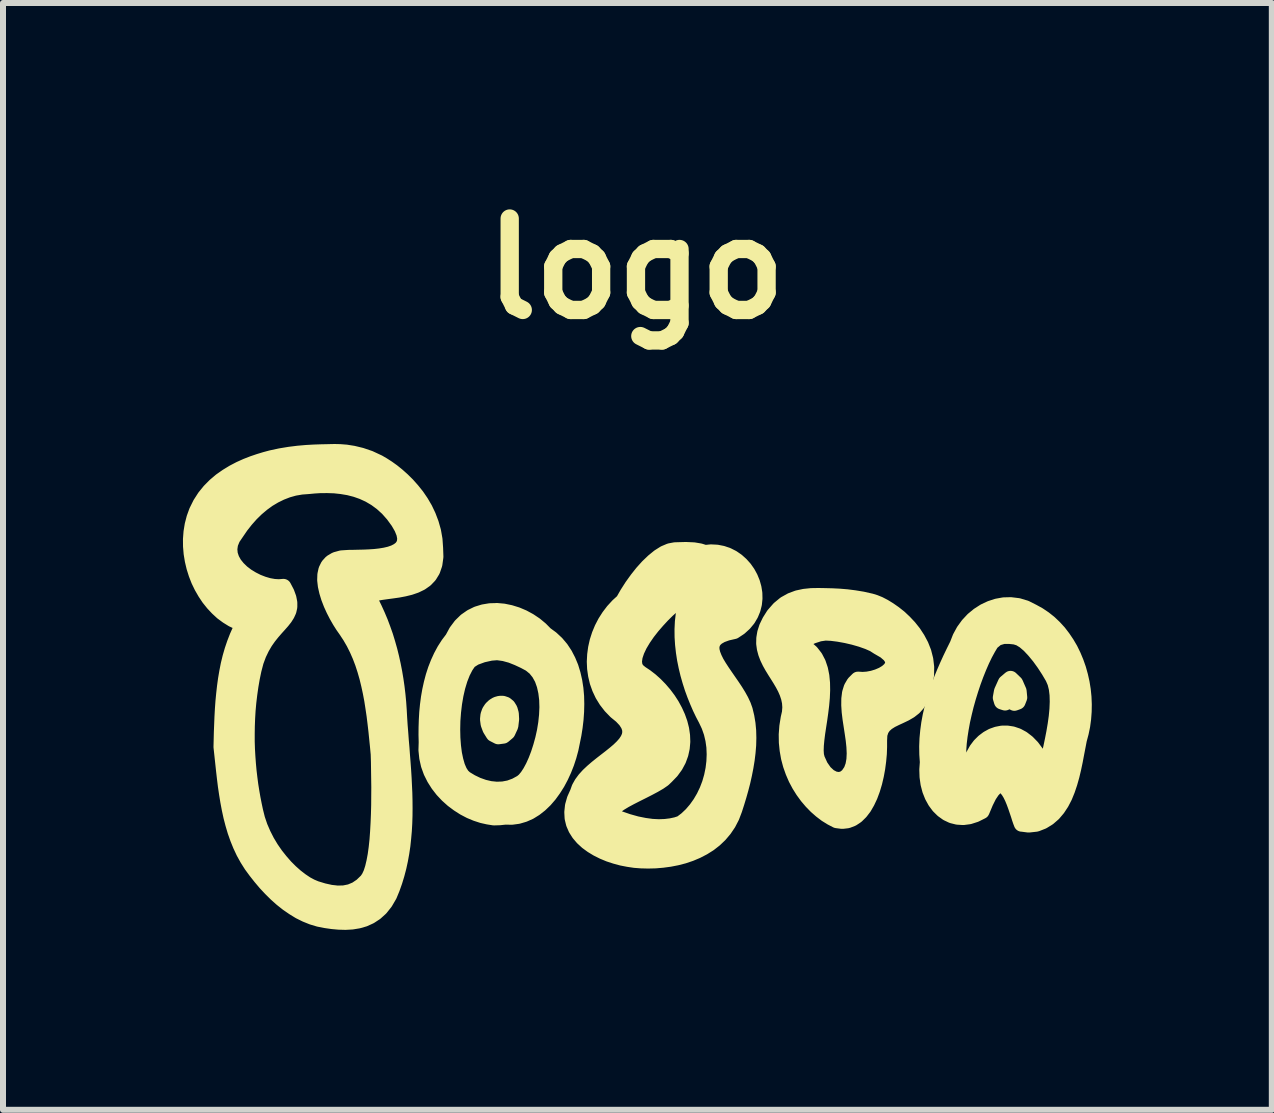
<source format=kicad_pcb>
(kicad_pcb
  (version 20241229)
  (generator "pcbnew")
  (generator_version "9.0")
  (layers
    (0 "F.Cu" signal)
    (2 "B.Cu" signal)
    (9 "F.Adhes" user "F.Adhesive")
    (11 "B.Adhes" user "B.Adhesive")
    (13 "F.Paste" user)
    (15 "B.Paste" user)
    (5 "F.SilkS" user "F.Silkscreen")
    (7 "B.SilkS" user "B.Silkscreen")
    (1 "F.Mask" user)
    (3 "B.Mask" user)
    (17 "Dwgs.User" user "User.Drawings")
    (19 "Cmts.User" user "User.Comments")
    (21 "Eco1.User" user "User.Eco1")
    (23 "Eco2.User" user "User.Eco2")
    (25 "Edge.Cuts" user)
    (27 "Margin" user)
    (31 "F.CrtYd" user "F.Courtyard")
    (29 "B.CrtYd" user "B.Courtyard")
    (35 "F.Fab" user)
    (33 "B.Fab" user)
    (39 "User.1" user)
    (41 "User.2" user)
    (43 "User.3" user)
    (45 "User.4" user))
  (footprint "logo"
    (layer "F.Cu")
    (at 7.55 8.413)
    (property "Reference" "logo" (at 0 -6.986 0) (layer "F.SilkS") (effects (font (size 1.524 1.524) (thickness 0.305))))
    (attr smd)
    (fp_poly (pts (xy 6.322 -0.073) (xy 6.379 0.057) (xy 6.389 0.163) (xy 6.362 0.232) (xy 6.307 0.252) (xy 6.233 0.211) (xy 6.152 0.247) (xy 6.099 0.23) (xy 6.08 0.166) (xy 6.099 0.061) (xy 6.163 -0.081) (xy 6.243 -0.149) (xy 6.322 -0.073)) (stroke (width 0.265) (type solid)) (fill yes) (layer "F.SilkS"))
    (fp_poly (pts (xy -2.373 0.77) (xy -2.427 0.683) (xy -2.457 0.602) (xy -2.467 0.526) (xy -2.46 0.458) (xy -2.439 0.398) (xy -2.406 0.348) (xy -2.365 0.309) (xy -2.319 0.281) (xy -2.269 0.267) (xy -2.22 0.267) (xy -2.175 0.282) (xy -2.135 0.315) (xy -2.104 0.365) (xy -2.085 0.434) (xy -2.08 0.524) (xy -2.093 0.635) (xy -2.141 0.739) (xy -2.212 0.799) (xy -2.295 0.81) (xy -2.373 0.77)) (stroke (width 0.265) (type solid)) (fill yes) (layer "F.SilkS"))
    (fp_poly (pts (xy -2.321 -1.279) (xy -2.312 -0.592) (xy -2.196 -0.576) (xy -2.079 -0.544) (xy -1.966 -0.499) (xy -1.859 -0.449) (xy -1.762 -0.397) (xy -1.679 -0.33) (xy -1.613 -0.248) (xy -1.56 -0.152) (xy -1.522 -0.045) (xy -1.496 0.072) (xy -1.481 0.196) (xy -1.477 0.325) (xy -1.483 0.458) (xy -1.497 0.592) (xy -1.519 0.726) (xy -1.548 0.857) (xy -1.583 0.984) (xy -1.622 1.105) (xy -1.665 1.217) (xy -1.711 1.319) (xy -1.759 1.408) (xy -1.808 1.483) (xy -1.857 1.542) (xy -1.905 1.582) (xy -2.006 1.637) (xy -2.11 1.675) (xy -2.216 1.695) (xy -2.323 1.699) (xy -2.431 1.688) (xy -2.538 1.663) (xy -2.645 1.625) (xy -2.749 1.575) (xy -2.85 1.514) (xy -2.9 1.467) (xy -2.943 1.4) (xy -2.98 1.314) (xy -3.009 1.212) (xy -3.033 1.097) (xy -3.049 0.971) (xy -3.059 0.836) (xy -3.062 0.695) (xy -3.059 0.55) (xy -3.048 0.404) (xy -3.031 0.259) (xy -3.007 0.118) (xy -2.976 -0.017) (xy -2.938 -0.143) (xy -2.893 -0.258) (xy -2.841 -0.359) (xy -2.782 -0.445) (xy -2.688 -0.505) (xy -2.557 -0.553) (xy -2.422 -0.583) (xy -2.312 -0.592) (xy -2.312 -0.592) (xy -2.321 -1.279) (xy -2.431 -1.276) (xy -2.539 -1.258) (xy -2.643 -1.226) (xy -2.741 -1.178) (xy -2.833 -1.114) (xy -2.917 -1.032) (xy -2.991 -0.933) (xy -3.055 -0.815) (xy -3.126 -0.721) (xy -3.189 -0.623) (xy -3.245 -0.519) (xy -3.294 -0.412) (xy -3.337 -0.302) (xy -3.374 -0.188) (xy -3.405 -0.071) (xy -3.431 0.048) (xy -3.452 0.168) (xy -3.468 0.291) (xy -3.48 0.414) (xy -3.487 0.538) (xy -3.491 0.662) (xy -3.492 0.786) (xy -3.489 0.909) (xy -3.493 1.039) (xy -3.48 1.164) (xy -3.453 1.284) (xy -3.412 1.398) (xy -3.358 1.506) (xy -3.294 1.607) (xy -3.221 1.701) (xy -3.14 1.787) (xy -3.052 1.866) (xy -2.958 1.936) (xy -2.861 1.998) (xy -2.762 2.05) (xy -2.661 2.092) (xy -2.56 2.125) (xy -2.462 2.147) (xy -2.368 2.162) (xy -2.273 2.159) (xy -2.179 2.149) (xy -2.071 2.151) (xy -1.968 2.137) (xy -1.869 2.108) (xy -1.774 2.066) (xy -1.684 2.01) (xy -1.6 1.944) (xy -1.52 1.867) (xy -1.445 1.78) (xy -1.377 1.686) (xy -1.313 1.585) (xy -1.256 1.478) (xy -1.205 1.367) (xy -1.16 1.253) (xy -1.122 1.137) (xy -1.09 1.019) (xy -1.066 0.902) (xy -1.041 0.779) (xy -1.021 0.653) (xy -1.006 0.526) (xy -0.997 0.398) (xy -0.994 0.27) (xy -0.997 0.143) (xy -1.008 0.018) (xy -1.027 -0.105) (xy -1.054 -0.224) (xy -1.089 -0.339) (xy -1.134 -0.448) (xy -1.188 -0.552) (xy -1.252 -0.649) (xy -1.327 -0.738) (xy -1.414 -0.819) (xy -1.511 -0.89) (xy -1.593 -0.973) (xy -1.682 -1.047) (xy -1.779 -1.112) (xy -1.882 -1.168) (xy -1.988 -1.213) (xy -2.098 -1.247) (xy -2.209 -1.27) (xy -2.321 -1.28) (xy -2.321 -1.279)) (stroke (width 0.265) (type solid)) (fill yes) (layer "F.SilkS"))
    (fp_poly (pts (xy 3.04 -1.53) (xy 3.258 -0.914) (xy 3.376 -0.899) (xy 3.503 -0.876) (xy 3.632 -0.846) (xy 3.757 -0.81) (xy 3.87 -0.77) (xy 3.965 -0.728) (xy 4.035 -0.683) (xy 4.154 -0.614) (xy 4.233 -0.546) (xy 4.276 -0.48) (xy 4.288 -0.417) (xy 4.274 -0.358) (xy 4.236 -0.303) (xy 4.181 -0.255) (xy 4.111 -0.213) (xy 4.031 -0.179) (xy 3.946 -0.153) (xy 3.86 -0.137) (xy 3.777 -0.131) (xy 3.701 -0.136) (xy 3.638 -0.073) (xy 3.594 0.002) (xy 3.567 0.089) (xy 3.555 0.186) (xy 3.554 0.29) (xy 3.561 0.4) (xy 3.575 0.515) (xy 3.593 0.633) (xy 3.611 0.751) (xy 3.628 0.868) (xy 3.64 0.983) (xy 3.645 1.094) (xy 3.64 1.199) (xy 3.623 1.295) (xy 3.591 1.383) (xy 3.532 1.469) (xy 3.462 1.521) (xy 3.384 1.539) (xy 3.302 1.526) (xy 3.22 1.483) (xy 3.142 1.411) (xy 3.073 1.312) (xy 3.017 1.189) (xy 3.001 1.125) (xy 2.996 1.048) (xy 2.999 0.96) (xy 3.008 0.863) (xy 3.021 0.758) (xy 3.038 0.646) (xy 3.056 0.529) (xy 3.073 0.408) (xy 3.088 0.286) (xy 3.099 0.163) (xy 3.104 0.041) (xy 3.102 -0.079) (xy 3.091 -0.194) (xy 3.069 -0.304) (xy 3.034 -0.408) (xy 2.985 -0.502) (xy 2.919 -0.587) (xy 2.836 -0.66) (xy 2.734 -0.72) (xy 2.755 -0.764) (xy 2.831 -0.816) (xy 2.938 -0.866) (xy 3.054 -0.904) (xy 3.156 -0.919) (xy 3.156 -0.919) (xy 3.258 -0.914) (xy 3.04 -1.53) (xy 2.923 -1.528) (xy 2.808 -1.516) (xy 2.696 -1.492) (xy 2.589 -1.452) (xy 2.485 -1.394) (xy 2.388 -1.314) (xy 2.297 -1.21) (xy 2.231 -1.105) (xy 2.183 -1.006) (xy 2.153 -0.913) (xy 2.138 -0.824) (xy 2.136 -0.738) (xy 2.147 -0.657) (xy 2.168 -0.578) (xy 2.197 -0.502) (xy 2.233 -0.427) (xy 2.274 -0.354) (xy 2.318 -0.282) (xy 2.363 -0.211) (xy 2.408 -0.139) (xy 2.451 -0.066) (xy 2.49 0.008) (xy 2.523 0.084) (xy 2.549 0.162) (xy 2.566 0.243) (xy 2.572 0.327) (xy 2.565 0.416) (xy 2.544 0.508) (xy 2.522 0.645) (xy 2.512 0.78) (xy 2.514 0.911) (xy 2.527 1.039) (xy 2.549 1.164) (xy 2.581 1.284) (xy 2.622 1.4) (xy 2.67 1.511) (xy 2.726 1.616) (xy 2.788 1.715) (xy 2.856 1.808) (xy 2.929 1.894) (xy 3.006 1.973) (xy 3.087 2.044) (xy 3.171 2.108) (xy 3.258 2.162) (xy 3.346 2.208) (xy 3.438 2.22) (xy 3.523 2.21) (xy 3.602 2.18) (xy 3.674 2.132) (xy 3.739 2.068) (xy 3.799 1.99) (xy 3.851 1.9) (xy 3.898 1.8) (xy 3.938 1.692) (xy 3.972 1.578) (xy 4 1.459) (xy 4.022 1.339) (xy 4.038 1.219) (xy 4.049 1.1) (xy 4.053 0.986) (xy 4.053 0.877) (xy 4.058 0.777) (xy 4.084 0.696) (xy 4.127 0.632) (xy 4.184 0.581) (xy 4.252 0.538) (xy 4.327 0.501) (xy 4.407 0.464) (xy 4.486 0.426) (xy 4.563 0.381) (xy 4.633 0.326) (xy 4.693 0.258) (xy 4.74 0.172) (xy 4.771 0.065) (xy 4.815 -0.076) (xy 4.836 -0.213) (xy 4.838 -0.344) (xy 4.823 -0.47) (xy 4.792 -0.591) (xy 4.747 -0.705) (xy 4.69 -0.812) (xy 4.624 -0.913) (xy 4.55 -1.006) (xy 4.47 -1.091) (xy 4.387 -1.169) (xy 4.301 -1.237) (xy 4.215 -1.297) (xy 4.132 -1.348) (xy 4.053 -1.389) (xy 3.979 -1.419) (xy 3.914 -1.439) (xy 3.772 -1.471) (xy 3.638 -1.493) (xy 3.512 -1.509) (xy 3.391 -1.519) (xy 3.274 -1.525) (xy 3.157 -1.528) (xy 3.04 -1.53) (xy 3.04 -1.53)) (stroke (width 0.265) (type solid)) (fill yes) (layer "F.SilkS"))
    (fp_poly (pts (xy 6.245 -1.377) (xy 6.395 -0.83) (xy 6.475 -0.781) (xy 6.558 -0.71) (xy 6.642 -0.62) (xy 6.726 -0.518) (xy 6.807 -0.406) (xy 6.883 -0.289) (xy 6.952 -0.172) (xy 6.989 -0.087) (xy 7.013 0.01) (xy 7.026 0.118) (xy 7.029 0.234) (xy 7.024 0.357) (xy 7.012 0.485) (xy 6.994 0.615) (xy 6.972 0.745) (xy 6.947 0.873) (xy 6.921 0.998) (xy 6.894 1.117) (xy 6.869 1.228) (xy 6.836 1.365) (xy 6.809 1.45) (xy 6.786 1.491) (xy 6.766 1.491) (xy 6.749 1.457) (xy 6.732 1.395) (xy 6.714 1.309) (xy 6.695 1.207) (xy 6.673 1.093) (xy 6.599 0.993) (xy 6.521 0.913) (xy 6.439 0.85) (xy 6.356 0.805) (xy 6.27 0.776) (xy 6.185 0.763) (xy 6.101 0.764) (xy 6.019 0.78) (xy 5.94 0.808) (xy 5.866 0.849) (xy 5.797 0.901) (xy 5.734 0.964) (xy 5.68 1.036) (xy 5.634 1.118) (xy 5.598 1.207) (xy 5.573 1.304) (xy 5.561 1.407) (xy 5.561 1.516) (xy 5.577 1.629) (xy 5.524 1.612) (xy 5.473 1.529) (xy 5.428 1.405) (xy 5.394 1.264) (xy 5.374 1.131) (xy 5.373 1.03) (xy 5.381 0.92) (xy 5.395 0.803) (xy 5.414 0.681) (xy 5.437 0.554) (xy 5.466 0.425) (xy 5.498 0.294) (xy 5.535 0.162) (xy 5.575 0.032) (xy 5.618 -0.097) (xy 5.664 -0.222) (xy 5.712 -0.342) (xy 5.762 -0.457) (xy 5.814 -0.565) (xy 5.868 -0.664) (xy 5.922 -0.754) (xy 6.015 -0.831) (xy 6.12 -0.862) (xy 6.225 -0.863) (xy 6.32 -0.853) (xy 6.32 -0.853) (xy 6.395 -0.83) (xy 6.245 -1.377) (xy 6.132 -1.374) (xy 6.021 -1.354) (xy 5.913 -1.319) (xy 5.809 -1.27) (xy 5.711 -1.207) (xy 5.62 -1.132) (xy 5.538 -1.044) (xy 5.466 -0.945) (xy 5.406 -0.835) (xy 5.359 -0.715) (xy 5.303 -0.602) (xy 5.248 -0.488) (xy 5.195 -0.372) (xy 5.144 -0.255) (xy 5.096 -0.138) (xy 5.051 -0.018) (xy 5.01 0.102) (xy 4.972 0.224) (xy 4.939 0.346) (xy 4.91 0.471) (xy 4.887 0.596) (xy 4.87 0.722) (xy 4.858 0.85) (xy 4.853 0.979) (xy 4.855 1.109) (xy 4.864 1.241) (xy 4.855 1.365) (xy 4.859 1.484) (xy 4.875 1.598) (xy 4.903 1.705) (xy 4.942 1.803) (xy 4.991 1.892) (xy 5.049 1.97) (xy 5.116 2.036) (xy 5.19 2.089) (xy 5.272 2.128) (xy 5.36 2.15) (xy 5.454 2.156) (xy 5.553 2.143) (xy 5.656 2.11) (xy 5.762 2.057) (xy 5.825 1.907) (xy 5.883 1.791) (xy 5.939 1.708) (xy 5.991 1.654) (xy 6.041 1.625) (xy 6.087 1.62) (xy 6.13 1.634) (xy 6.17 1.666) (xy 6.208 1.711) (xy 6.243 1.768) (xy 6.275 1.833) (xy 6.304 1.903) (xy 6.331 1.976) (xy 6.355 2.047) (xy 6.378 2.115) (xy 6.397 2.176) (xy 6.415 2.228) (xy 6.43 2.267) (xy 6.43 2.266) (xy 6.545 2.281) (xy 6.671 2.267) (xy 6.778 2.225) (xy 6.872 2.167) (xy 6.955 2.095) (xy 7.026 2.011) (xy 7.088 1.917) (xy 7.142 1.813) (xy 7.187 1.702) (xy 7.226 1.586) (xy 7.26 1.466) (xy 7.289 1.344) (xy 7.315 1.221) (xy 7.338 1.099) (xy 7.361 0.98) (xy 7.383 0.865) (xy 7.414 0.75) (xy 7.438 0.634) (xy 7.454 0.515) (xy 7.463 0.396) (xy 7.465 0.276) (xy 7.46 0.156) (xy 7.448 0.037) (xy 7.429 -0.081) (xy 7.403 -0.197) (xy 7.371 -0.312) (xy 7.332 -0.423) (xy 7.287 -0.531) (xy 7.236 -0.636) (xy 7.178 -0.735) (xy 7.114 -0.83) (xy 7.045 -0.92) (xy 6.969 -1.003) (xy 6.888 -1.08) (xy 6.801 -1.149) (xy 6.709 -1.211) (xy 6.611 -1.265) (xy 6.492 -1.325) (xy 6.369 -1.362) (xy 6.245 -1.377) (xy 6.245 -1.377)) (stroke (width 0.265) (type solid)) (fill yes) (layer "F.SilkS"))
    (fp_poly (pts (xy -0.212 -1.441) (xy 0.824 -1.511) (xy 0.847 -1.461) (xy 0.817 -1.342) (xy 0.795 -1.221) (xy 0.781 -1.098) (xy 0.775 -0.973) (xy 0.776 -0.848) (xy 0.784 -0.723) (xy 0.798 -0.598) (xy 0.817 -0.474) (xy 0.842 -0.351) (xy 0.871 -0.23) (xy 0.905 -0.111) (xy 0.942 0.005) (xy 0.983 0.117) (xy 1.027 0.226) (xy 1.072 0.33) (xy 1.12 0.43) (xy 1.169 0.523) (xy 1.221 0.633) (xy 1.261 0.747) (xy 1.289 0.865) (xy 1.306 0.986) (xy 1.311 1.11) (xy 1.306 1.233) (xy 1.291 1.357) (xy 1.266 1.479) (xy 1.232 1.598) (xy 1.188 1.713) (xy 1.135 1.824) (xy 1.074 1.928) (xy 1.005 2.025) (xy 0.929 2.114) (xy 0.845 2.194) (xy 0.754 2.263) (xy 0.674 2.289) (xy 0.585 2.308) (xy 0.487 2.32) (xy 0.381 2.324) (xy 0.265 2.318) (xy 0.141 2.301) (xy 0.007 2.274) (xy -0.136 2.234) (xy -0.289 2.181) (xy -0.364 2.144) (xy -0.402 2.104) (xy -0.407 2.062) (xy -0.384 2.017) (xy -0.337 1.97) (xy -0.27 1.922) (xy -0.187 1.872) (xy -0.094 1.822) (xy 0.006 1.771) (xy 0.108 1.72) (xy 0.208 1.669) (xy 0.302 1.619) (xy 0.386 1.57) (xy 0.455 1.522) (xy 0.504 1.475) (xy 0.588 1.388) (xy 0.655 1.296) (xy 0.706 1.201) (xy 0.742 1.102) (xy 0.764 1.002) (xy 0.773 0.899) (xy 0.769 0.796) (xy 0.754 0.693) (xy 0.728 0.59) (xy 0.692 0.489) (xy 0.647 0.39) (xy 0.595 0.294) (xy 0.535 0.201) (xy 0.469 0.113) (xy 0.397 0.029) (xy 0.321 -0.049) (xy 0.242 -0.12) (xy 0.159 -0.184) (xy 0.075 -0.24) (xy 0.012 -0.293) (xy -0.023 -0.359) (xy -0.033 -0.437) (xy -0.021 -0.524) (xy 0.011 -0.619) (xy 0.058 -0.718) (xy 0.119 -0.82) (xy 0.19 -0.923) (xy 0.269 -1.024) (xy 0.353 -1.121) (xy 0.438 -1.213) (xy 0.522 -1.296) (xy 0.602 -1.368) (xy 0.675 -1.428) (xy 0.739 -1.474) (xy 0.789 -1.502) (xy 0.824 -1.511) (xy 0.824 -1.511) (xy -0.212 -1.441) (xy -0.298 -1.363) (xy -0.377 -1.277) (xy -0.447 -1.185) (xy -0.509 -1.088) (xy -0.562 -0.986) (xy -0.606 -0.88) (xy -0.641 -0.771) (xy -0.666 -0.66) (xy -0.681 -0.548) (xy -0.687 -0.435) (xy -0.682 -0.322) (xy -0.666 -0.21) (xy -0.64 -0.1) (xy -0.602 0.007) (xy -0.553 0.111) (xy -0.492 0.21) (xy -0.419 0.304) (xy -0.334 0.392) (xy -0.24 0.469) (xy -0.171 0.542) (xy -0.125 0.613) (xy -0.1 0.68) (xy -0.095 0.745) (xy -0.106 0.807) (xy -0.133 0.868) (xy -0.173 0.928) (xy -0.224 0.986) (xy -0.284 1.044) (xy -0.351 1.101) (xy -0.423 1.159) (xy -0.498 1.217) (xy -0.574 1.276) (xy -0.65 1.337) (xy -0.722 1.399) (xy -0.79 1.463) (xy -0.85 1.529) (xy -0.901 1.598) (xy -0.942 1.671) (xy -0.969 1.747) (xy -1.02 1.861) (xy -1.051 1.97) (xy -1.062 2.074) (xy -1.057 2.171) (xy -1.035 2.262) (xy -0.998 2.347) (xy -0.948 2.426) (xy -0.886 2.499) (xy -0.813 2.566) (xy -0.731 2.626) (xy -0.642 2.68) (xy -0.546 2.728) (xy -0.445 2.77) (xy -0.341 2.804) (xy -0.234 2.833) (xy -0.126 2.854) (xy -0.019 2.87) (xy 0.085 2.878) (xy 0.203 2.881) (xy 0.322 2.878) (xy 0.441 2.868) (xy 0.56 2.852) (xy 0.678 2.829) (xy 0.794 2.799) (xy 0.906 2.761) (xy 1.015 2.715) (xy 1.119 2.661) (xy 1.218 2.599) (xy 1.309 2.528) (xy 1.394 2.447) (xy 1.47 2.357) (xy 1.537 2.258) (xy 1.594 2.148) (xy 1.64 2.027) (xy 1.676 1.915) (xy 1.711 1.8) (xy 1.744 1.683) (xy 1.775 1.564) (xy 1.802 1.443) (xy 1.826 1.321) (xy 1.846 1.199) (xy 1.861 1.077) (xy 1.871 0.956) (xy 1.874 0.836) (xy 1.871 0.717) (xy 1.86 0.6) (xy 1.841 0.486) (xy 1.814 0.374) (xy 1.786 0.296) (xy 1.749 0.217) (xy 1.704 0.136) (xy 1.654 0.055) (xy 1.6 -0.026) (xy 1.544 -0.107) (xy 1.488 -0.188) (xy 1.434 -0.267) (xy 1.384 -0.344) (xy 1.339 -0.419) (xy 1.303 -0.492) (xy 1.276 -0.561) (xy 1.26 -0.627) (xy 1.258 -0.688) (xy 1.272 -0.745) (xy 1.302 -0.797) (xy 1.352 -0.843) (xy 1.422 -0.883) (xy 1.516 -0.917) (xy 1.634 -0.944) (xy 1.726 -1.005) (xy 1.802 -1.074) (xy 1.864 -1.149) (xy 1.911 -1.229) (xy 1.945 -1.312) (xy 1.967 -1.399) (xy 1.976 -1.487) (xy 1.974 -1.575) (xy 1.96 -1.663) (xy 1.936 -1.749) (xy 1.902 -1.832) (xy 1.859 -1.911) (xy 1.807 -1.985) (xy 1.747 -2.052) (xy 1.68 -2.112) (xy 1.606 -2.163) (xy 1.525 -2.204) (xy 1.438 -2.234) (xy 1.347 -2.252) (xy 1.25 -2.257) (xy 1.15 -2.247) (xy 1.064 -2.274) (xy 0.963 -2.291) (xy 0.831 -2.297) (xy 0.652 -2.292) (xy 0.567 -2.276) (xy 0.477 -2.238) (xy 0.385 -2.18) (xy 0.293 -2.105) (xy 0.2 -2.016) (xy 0.109 -1.915) (xy 0.021 -1.804) (xy -0.063 -1.687) (xy -0.141 -1.565) (xy -0.212 -1.441) (xy -0.212 -1.441)) (stroke (width 0.265) (type solid)) (fill yes) (layer "F.SilkS"))
    (fp_poly (pts (xy -5.078 -3.929) (xy -5.155 -3.927) (xy -5.268 -3.376) (xy -5.146 -3.377) (xy -5.025 -3.373) (xy -4.905 -3.36) (xy -4.786 -3.34) (xy -4.669 -3.31) (xy -4.555 -3.27) (xy -4.444 -3.219) (xy -4.337 -3.156) (xy -4.235 -3.081) (xy -4.137 -2.992) (xy -4.045 -2.888) (xy -3.959 -2.77) (xy -3.899 -2.666) (xy -3.862 -2.574) (xy -3.847 -2.495) (xy -3.852 -2.426) (xy -3.874 -2.369) (xy -3.912 -2.32) (xy -3.963 -2.281) (xy -4.027 -2.248) (xy -4.099 -2.223) (xy -4.18 -2.204) (xy -4.266 -2.19) (xy -4.355 -2.18) (xy -4.447 -2.174) (xy -4.538 -2.17) (xy -4.627 -2.168) (xy -4.711 -2.166) (xy -4.789 -2.165) (xy -4.908 -2.157) (xy -5.002 -2.131) (xy -5.075 -2.088) (xy -5.127 -2.031) (xy -5.161 -1.962) (xy -5.178 -1.883) (xy -5.181 -1.795) (xy -5.17 -1.7) (xy -5.148 -1.602) (xy -5.117 -1.501) (xy -5.078 -1.4) (xy -5.033 -1.301) (xy -4.984 -1.206) (xy -4.933 -1.117) (xy -4.881 -1.035) (xy -4.831 -0.964) (xy -4.763 -0.861) (xy -4.701 -0.754) (xy -4.646 -0.644) (xy -4.596 -0.53) (xy -4.552 -0.414) (xy -4.513 -0.294) (xy -4.478 -0.172) (xy -4.448 -0.048) (xy -4.421 0.077) (xy -4.397 0.204) (xy -4.377 0.333) (xy -4.358 0.461) (xy -4.342 0.591) (xy -4.327 0.72) (xy -4.314 0.849) (xy -4.301 0.977) (xy -4.289 1.105) (xy -4.285 1.233) (xy -4.283 1.369) (xy -4.281 1.511) (xy -4.279 1.657) (xy -4.28 1.806) (xy -4.281 1.957) (xy -4.285 2.107) (xy -4.291 2.255) (xy -4.299 2.399) (xy -4.309 2.537) (xy -4.323 2.669) (xy -4.34 2.792) (xy -4.361 2.904) (xy -4.385 3.005) (xy -4.413 3.092) (xy -4.446 3.163) (xy -4.483 3.218) (xy -4.571 3.303) (xy -4.663 3.365) (xy -4.761 3.406) (xy -4.865 3.427) (xy -4.975 3.43) (xy -5.09 3.417) (xy -5.212 3.39) (xy -5.34 3.351) (xy -5.418 3.318) (xy -5.5 3.274) (xy -5.585 3.217) (xy -5.672 3.15) (xy -5.759 3.073) (xy -5.845 2.987) (xy -5.928 2.892) (xy -6.009 2.79) (xy -6.085 2.68) (xy -6.154 2.565) (xy -6.216 2.443) (xy -6.27 2.318) (xy -6.314 2.188) (xy -6.347 2.056) (xy -6.369 1.952) (xy -6.39 1.845) (xy -6.409 1.736) (xy -6.427 1.623) (xy -6.442 1.507) (xy -6.456 1.389) (xy -6.467 1.268) (xy -6.476 1.145) (xy -6.483 1.021) (xy -6.487 0.894) (xy -6.487 0.766) (xy -6.485 0.636) (xy -6.48 0.505) (xy -6.472 0.373) (xy -6.46 0.24) (xy -6.444 0.106) (xy -6.425 -0.028) (xy -6.402 -0.162) (xy -6.374 -0.297) (xy -6.337 -0.438) (xy -6.291 -0.562) (xy -6.239 -0.67) (xy -6.183 -0.766) (xy -6.124 -0.85) (xy -6.064 -0.925) (xy -6.006 -0.992) (xy -5.95 -1.054) (xy -5.899 -1.112) (xy -5.854 -1.169) (xy -5.818 -1.226) (xy -5.791 -1.285) (xy -5.777 -1.348) (xy -5.777 -1.418) (xy -5.792 -1.495) (xy -5.824 -1.583) (xy -5.876 -1.682) (xy -5.952 -1.676) (xy -6.035 -1.681) (xy -6.125 -1.697) (xy -6.217 -1.724) (xy -6.31 -1.76) (xy -6.401 -1.806) (xy -6.488 -1.859) (xy -6.568 -1.92) (xy -6.638 -1.988) (xy -6.697 -2.061) (xy -6.741 -2.14) (xy -6.769 -2.224) (xy -6.777 -2.311) (xy -6.764 -2.401) (xy -6.726 -2.494) (xy -6.662 -2.588) (xy -6.586 -2.699) (xy -6.504 -2.803) (xy -6.418 -2.9) (xy -6.327 -2.989) (xy -6.231 -3.07) (xy -6.132 -3.142) (xy -6.028 -3.204) (xy -5.92 -3.257) (xy -5.809 -3.3) (xy -5.695 -3.332) (xy -5.578 -3.352) (xy -5.458 -3.361) (xy -5.363 -3.37) (xy -5.268 -3.376) (xy -5.268 -3.376) (xy -5.155 -3.927) (xy -5.252 -3.925) (xy -5.365 -3.921) (xy -5.492 -3.914) (xy -5.629 -3.902) (xy -5.774 -3.884) (xy -5.925 -3.859) (xy -6.078 -3.826) (xy -6.175 -3.8) (xy -6.277 -3.769) (xy -6.383 -3.733) (xy -6.491 -3.691) (xy -6.6 -3.642) (xy -6.709 -3.585) (xy -6.814 -3.521) (xy -6.917 -3.449) (xy -7.014 -3.367) (xy -7.104 -3.276) (xy -7.186 -3.175) (xy -7.258 -3.063) (xy -7.319 -2.94) (xy -7.36 -2.827) (xy -7.39 -2.711) (xy -7.409 -2.594) (xy -7.418 -2.476) (xy -7.417 -2.358) (xy -7.407 -2.24) (xy -7.388 -2.124) (xy -7.361 -2.01) (xy -7.326 -1.899) (xy -7.284 -1.791) (xy -7.234 -1.688) (xy -7.177 -1.589) (xy -7.115 -1.496) (xy -7.046 -1.41) (xy -6.972 -1.331) (xy -6.894 -1.259) (xy -6.81 -1.197) (xy -6.723 -1.143) (xy -6.632 -1.1) (xy -6.538 -1.068) (xy -6.594 -0.961) (xy -6.643 -0.851) (xy -6.687 -0.738) (xy -6.726 -0.623) (xy -6.76 -0.505) (xy -6.789 -0.386) (xy -6.813 -0.264) (xy -6.834 -0.141) (xy -6.851 -0.017) (xy -6.865 0.108) (xy -6.877 0.234) (xy -6.886 0.36) (xy -6.893 0.486) (xy -6.898 0.612) (xy -6.903 0.738) (xy -6.906 0.863) (xy -6.909 0.987) (xy -6.895 1.116) (xy -6.881 1.246) (xy -6.867 1.376) (xy -6.852 1.506) (xy -6.836 1.636) (xy -6.817 1.765) (xy -6.796 1.893) (xy -6.772 2.02) (xy -6.745 2.145) (xy -6.713 2.268) (xy -6.677 2.39) (xy -6.635 2.509) (xy -6.588 2.625) (xy -6.535 2.738) (xy -6.474 2.848) (xy -6.407 2.954) (xy -6.332 3.056) (xy -6.253 3.156) (xy -6.171 3.253) (xy -6.084 3.346) (xy -5.995 3.434) (xy -5.902 3.517) (xy -5.806 3.593) (xy -5.706 3.662) (xy -5.605 3.724) (xy -5.5 3.776) (xy -5.393 3.819) (xy -5.283 3.852) (xy -5.172 3.874) (xy -5.061 3.89) (xy -4.951 3.9) (xy -4.842 3.903) (xy -4.735 3.897) (xy -4.631 3.88) (xy -4.53 3.851) (xy -4.434 3.807) (xy -4.344 3.748) (xy -4.259 3.671) (xy -4.182 3.574) (xy -4.113 3.456) (xy -4.066 3.342) (xy -4.025 3.226) (xy -3.989 3.108) (xy -3.958 2.99) (xy -3.932 2.87) (xy -3.91 2.749) (xy -3.892 2.627) (xy -3.879 2.504) (xy -3.868 2.381) (xy -3.861 2.257) (xy -3.857 2.132) (xy -3.856 2.007) (xy -3.857 1.881) (xy -3.86 1.755) (xy -3.866 1.629) (xy -3.872 1.503) (xy -3.88 1.377) (xy -3.889 1.252) (xy -3.899 1.126) (xy -3.908 1.001) (xy -3.919 0.876) (xy -3.928 0.752) (xy -3.938 0.629) (xy -3.946 0.506) (xy -3.953 0.377) (xy -3.962 0.248) (xy -3.974 0.121) (xy -3.989 -0.006) (xy -4.007 -0.131) (xy -4.028 -0.256) (xy -4.052 -0.379) (xy -4.079 -0.501) (xy -4.109 -0.622) (xy -4.143 -0.742) (xy -4.179 -0.86) (xy -4.22 -0.976) (xy -4.263 -1.091) (xy -4.311 -1.205) (xy -4.362 -1.317) (xy -4.416 -1.427) (xy -4.474 -1.535) (xy -4.412 -1.56) (xy -4.338 -1.579) (xy -4.253 -1.594) (xy -4.162 -1.607) (xy -4.065 -1.62) (xy -3.966 -1.634) (xy -3.866 -1.653) (xy -3.768 -1.677) (xy -3.675 -1.709) (xy -3.588 -1.751) (xy -3.511 -1.805) (xy -3.446 -1.873) (xy -3.394 -1.958) (xy -3.359 -2.06) (xy -3.342 -2.183) (xy -3.347 -2.327) (xy -3.357 -2.47) (xy -3.381 -2.607) (xy -3.418 -2.737) (xy -3.465 -2.861) (xy -3.521 -2.979) (xy -3.586 -3.09) (xy -3.657 -3.194) (xy -3.734 -3.29) (xy -3.814 -3.38) (xy -3.896 -3.461) (xy -3.98 -3.536) (xy -4.062 -3.602) (xy -4.143 -3.66) (xy -4.221 -3.71) (xy -4.293 -3.752) (xy -4.441 -3.821) (xy -4.582 -3.869) (xy -4.714 -3.901) (xy -4.833 -3.92) (xy -4.936 -3.928) (xy -5.019 -3.93) (xy -5.078 -3.929) (xy -5.102 -3.927) (xy -5.072 -3.928) (xy -5.031 -3.929) (xy -5.019 -3.93) (xy -5.078 -3.929)) (stroke (width 0.265) (type solid)) (fill yes) (layer "F.SilkS")))
  (gr_rect
    (start -3 -3)
    (end 18.148 15.448)
    (stroke (width 0.1) (type default))
    (fill no)
    (layer "Edge.Cuts")))
</source>
